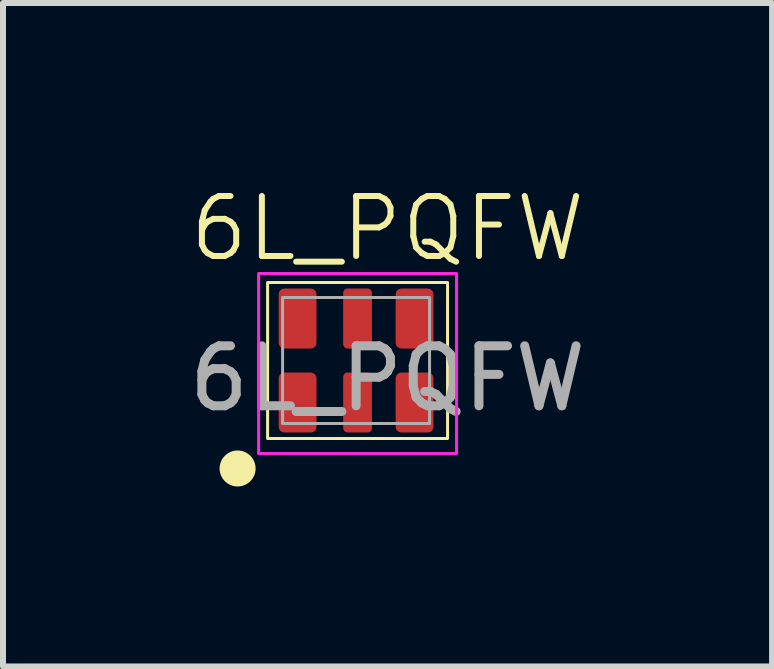
<source format=kicad_pcb>
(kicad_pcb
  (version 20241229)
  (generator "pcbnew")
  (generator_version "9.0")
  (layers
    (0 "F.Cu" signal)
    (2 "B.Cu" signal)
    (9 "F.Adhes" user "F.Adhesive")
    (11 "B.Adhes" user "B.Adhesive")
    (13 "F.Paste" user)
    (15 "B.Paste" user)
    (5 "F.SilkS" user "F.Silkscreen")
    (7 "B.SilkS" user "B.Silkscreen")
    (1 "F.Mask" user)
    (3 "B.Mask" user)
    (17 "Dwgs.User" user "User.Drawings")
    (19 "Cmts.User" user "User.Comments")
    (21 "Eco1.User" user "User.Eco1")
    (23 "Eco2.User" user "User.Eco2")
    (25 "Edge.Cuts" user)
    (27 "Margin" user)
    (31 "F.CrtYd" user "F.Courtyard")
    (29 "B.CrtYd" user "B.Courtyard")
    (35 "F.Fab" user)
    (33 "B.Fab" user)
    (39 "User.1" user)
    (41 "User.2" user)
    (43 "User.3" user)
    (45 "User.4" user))
  (footprint "6L_PQFW"
    (layer "F.Cu")
    (at 1.911 2.26)
    (property "Reference" "6L_PQFW" (at 1.5 -1.5 0) (unlocked yes) (layer "F.SilkS") (effects (font (size 1 1) (thickness 0.1))))
    (attr smd)
    (fp_rect (start -0.5 -0.6) (end 2.5 2) (stroke (width 0.05) (type solid)) (fill no) (layer "F.SilkS"))
    (fp_circle (center -1 2.5) (end -0.75 2.5) (stroke (width 0.1) (type solid)) (fill yes) (layer "F.SilkS"))
    (fp_rect (start -0.65 -0.75) (end 2.65 2.25) (stroke (width 0.05) (type solid)) (fill no) (layer "F.CrtYd"))
    (fp_rect (start -0.25 -0.35) (end 2.2 1.75) (stroke (width 0.05) (type solid)) (fill no) (layer "F.Fab"))
    (fp_text user "${REFERENCE}" (at 1.5 1 0) (unlocked yes) (layer "F.Fab") (effects (font (size 1 1) (thickness 0.15))))
    (pad "1" smd roundrect (at 0 1.4) (size 0.63 1) (layers "F.Cu" "F.Mask" "F.Paste") (roundrect_rratio 0.15))
    (pad "2" smd roundrect (at 1 1.4) (size 0.48 1) (layers "F.Cu" "F.Mask" "F.Paste") (roundrect_rratio 0.15))
    (pad "3" smd roundrect (at 1.95 1.4) (size 0.63 1) (layers "F.Cu" "F.Mask" "F.Paste") (roundrect_rratio 0.15))
    (pad "4" smd roundrect (at 1.95 0) (size 0.63 1) (layers "F.Cu" "F.Mask" "F.Paste") (roundrect_rratio 0.15))
    (pad "5" smd roundrect (at 1 0) (size 0.48 1) (layers "F.Cu" "F.Mask" "F.Paste") (roundrect_rratio 0.15))
    (pad "6" smd roundrect (at 0 0) (size 0.63 1) (layers "F.Cu" "F.Mask" "F.Paste") (roundrect_rratio 0.15)))
  (gr_rect
    (start -3 -3)
    (end 9.821 8.06)
    (stroke (width 0.1) (type default))
    (fill no)
    (layer "Edge.Cuts")))
</source>
